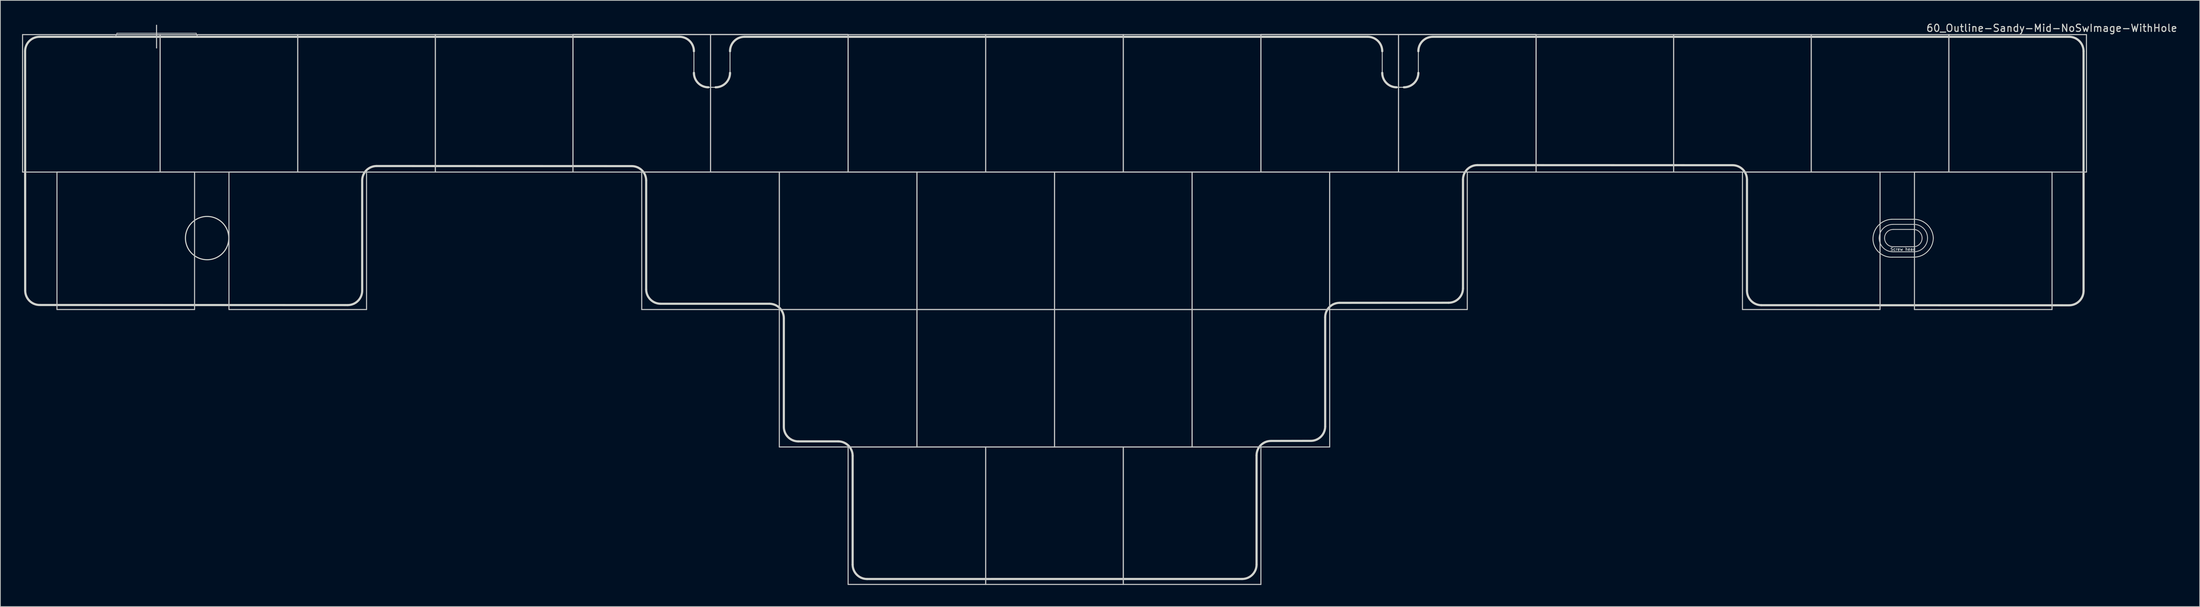
<source format=kicad_pcb>
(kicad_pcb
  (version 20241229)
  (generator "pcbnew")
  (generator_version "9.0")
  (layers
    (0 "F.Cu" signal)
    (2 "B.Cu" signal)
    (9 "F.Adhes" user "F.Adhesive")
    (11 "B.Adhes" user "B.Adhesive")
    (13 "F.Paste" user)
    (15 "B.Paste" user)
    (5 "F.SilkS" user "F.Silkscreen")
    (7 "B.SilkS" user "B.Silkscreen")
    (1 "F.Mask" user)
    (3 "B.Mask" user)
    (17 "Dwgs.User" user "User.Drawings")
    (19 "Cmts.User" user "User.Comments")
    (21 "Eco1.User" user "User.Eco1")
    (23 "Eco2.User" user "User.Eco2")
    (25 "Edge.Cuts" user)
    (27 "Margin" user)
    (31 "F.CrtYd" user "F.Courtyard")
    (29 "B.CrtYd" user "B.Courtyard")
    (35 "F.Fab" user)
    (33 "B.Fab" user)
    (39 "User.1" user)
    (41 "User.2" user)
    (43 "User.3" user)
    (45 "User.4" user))
  (footprint "60_Outline-Sandy-Mid-NoSwImage-WithHole"
    (layer "F.Cu")
    (at 142.925 49.348)
    (property "Reference" "60_Outline-Sandy-Mid-NoSwImage-WithHole" (at 138.1 -48.5 0) (layer "Edge.Cuts") (effects (font (size 1 1) (thickness 0.15))))
    (attr through_hole)
    (fp_line (start -142.85 -47.6) (end -123.8 -47.6) (stroke (width 0.15) (type solid)) (layer "Dwgs.User"))
    (fp_line (start -142.85 -28.55) (end -142.85 -47.6) (stroke (width 0.15) (type solid)) (layer "Dwgs.User"))
    (fp_line (start -138.088 -28.55) (end -119.037 -28.55) (stroke (width 0.15) (type solid)) (layer "Dwgs.User"))
    (fp_line (start -138.088 -9.5) (end -138.088 -28.55) (stroke (width 0.15) (type solid)) (layer "Dwgs.User"))
    (fp_line (start -129.8 -47.8) (end -118.8 -47.8) (stroke (width 0.1) (type solid)) (layer "Dwgs.User"))
    (fp_line (start -124.3 -48.9) (end -124.3 -45.75) (stroke (width 0.15) (type solid)) (layer "Dwgs.User"))
    (fp_line (start -123.8 -47.6) (end -123.8 -28.55) (stroke (width 0.15) (type solid)) (layer "Dwgs.User"))
    (fp_line (start -123.8 -47.6) (end -104.75 -47.6) (stroke (width 0.15) (type solid)) (layer "Dwgs.User"))
    (fp_line (start -123.8 -28.55) (end -142.85 -28.55) (stroke (width 0.15) (type solid)) (layer "Dwgs.User"))
    (fp_line (start -123.8 -28.55) (end -123.8 -47.6) (stroke (width 0.15) (type solid)) (layer "Dwgs.User"))
    (fp_line (start -119.037 -28.55) (end -119.037 -9.5) (stroke (width 0.15) (type solid)) (layer "Dwgs.User"))
    (fp_line (start -119.037 -9.5) (end -138.088 -9.5) (stroke (width 0.15) (type solid)) (layer "Dwgs.User"))
    (fp_line (start -114.275 -28.55) (end -95.225 -28.55) (stroke (width 0.15) (type solid)) (layer "Dwgs.User"))
    (fp_line (start -114.275 -9.5) (end -114.275 -28.55) (stroke (width 0.15) (type solid)) (layer "Dwgs.User"))
    (fp_line (start -104.75 -47.6) (end -104.75 -28.55) (stroke (width 0.15) (type solid)) (layer "Dwgs.User"))
    (fp_line (start -104.75 -47.6) (end -85.7 -47.6) (stroke (width 0.15) (type solid)) (layer "Dwgs.User"))
    (fp_line (start -104.75 -28.55) (end -123.8 -28.55) (stroke (width 0.15) (type solid)) (layer "Dwgs.User"))
    (fp_line (start -104.75 -28.55) (end -104.75 -47.6) (stroke (width 0.15) (type solid)) (layer "Dwgs.User"))
    (fp_line (start -95.225 -28.55) (end -95.225 -9.5) (stroke (width 0.15) (type solid)) (layer "Dwgs.User"))
    (fp_line (start -95.225 -9.5) (end -114.275 -9.5) (stroke (width 0.15) (type solid)) (layer "Dwgs.User"))
    (fp_line (start -85.7 -47.6) (end -85.7 -28.55) (stroke (width 0.15) (type solid)) (layer "Dwgs.User"))
    (fp_line (start -85.7 -47.6) (end -66.65 -47.6) (stroke (width 0.15) (type solid)) (layer "Dwgs.User"))
    (fp_line (start -85.7 -28.55) (end -104.75 -28.55) (stroke (width 0.15) (type solid)) (layer "Dwgs.User"))
    (fp_line (start -85.7 -28.55) (end -85.7 -47.6) (stroke (width 0.15) (type solid)) (layer "Dwgs.User"))
    (fp_line (start -66.675 -47.625) (end -47.625 -47.625) (stroke (width 0.15) (type solid)) (layer "Dwgs.User"))
    (fp_line (start -66.65 -47.6) (end -66.65 -28.55) (stroke (width 0.15) (type solid)) (layer "Dwgs.User"))
    (fp_line (start -66.65 -47.6) (end -47.6 -47.6) (stroke (width 0.15) (type solid)) (layer "Dwgs.User"))
    (fp_line (start -66.65 -28.55) (end -85.7 -28.55) (stroke (width 0.15) (type solid)) (layer "Dwgs.User"))
    (fp_line (start -66.65 -28.55) (end -66.65 -47.6) (stroke (width 0.15) (type solid)) (layer "Dwgs.User"))
    (fp_line (start -57.125 -28.55) (end -38.075 -28.55) (stroke (width 0.15) (type solid)) (layer "Dwgs.User"))
    (fp_line (start -57.125 -9.5) (end -57.125 -28.55) (stroke (width 0.15) (type solid)) (layer "Dwgs.User"))
    (fp_line (start -47.625 -47.625) (end -28.575 -47.625) (stroke (width 0.15) (type solid)) (layer "Dwgs.User"))
    (fp_line (start -47.6 -47.6) (end -47.6 -28.55) (stroke (width 0.15) (type solid)) (layer "Dwgs.User"))
    (fp_line (start -47.6 -47.6) (end -28.55 -47.6) (stroke (width 0.15) (type solid)) (layer "Dwgs.User"))
    (fp_line (start -47.6 -28.55) (end -66.65 -28.55) (stroke (width 0.15) (type solid)) (layer "Dwgs.User"))
    (fp_line (start -47.6 -28.55) (end -47.6 -47.6) (stroke (width 0.15) (type solid)) (layer "Dwgs.User"))
    (fp_line (start -38.075 -28.55) (end -38.075 -9.5) (stroke (width 0.15) (type solid)) (layer "Dwgs.User"))
    (fp_line (start -38.075 -28.55) (end -19.025 -28.55) (stroke (width 0.15) (type solid)) (layer "Dwgs.User"))
    (fp_line (start -38.075 -9.5) (end -57.125 -9.5) (stroke (width 0.15) (type solid)) (layer "Dwgs.User"))
    (fp_line (start -38.075 -9.5) (end -38.075 -28.55) (stroke (width 0.15) (type solid)) (layer "Dwgs.User"))
    (fp_line (start -38.075 -9.5) (end -19.025 -9.5) (stroke (width 0.15) (type solid)) (layer "Dwgs.User"))
    (fp_line (start -38.075 9.55) (end -38.075 -9.5) (stroke (width 0.15) (type solid)) (layer "Dwgs.User"))
    (fp_line (start -28.55 -47.6) (end -28.55 -28.55) (stroke (width 0.15) (type solid)) (layer "Dwgs.User"))
    (fp_line (start -28.55 -47.6) (end -9.5 -47.6) (stroke (width 0.15) (type solid)) (layer "Dwgs.User"))
    (fp_line (start -28.55 -28.55) (end -47.6 -28.55) (stroke (width 0.15) (type solid)) (layer "Dwgs.User"))
    (fp_line (start -28.55 -28.55) (end -28.55 -47.6) (stroke (width 0.15) (type solid)) (layer "Dwgs.User"))
    (fp_line (start -28.55 9.55) (end -9.5 9.55) (stroke (width 0.15) (type solid)) (layer "Dwgs.User"))
    (fp_line (start -28.55 28.6) (end -28.55 9.55) (stroke (width 0.15) (type solid)) (layer "Dwgs.User"))
    (fp_line (start -19.025 -28.55) (end -19.025 -9.5) (stroke (width 0.15) (type solid)) (layer "Dwgs.User"))
    (fp_line (start -19.025 -28.55) (end 0.025 -28.55) (stroke (width 0.15) (type solid)) (layer "Dwgs.User"))
    (fp_line (start -19.025 -9.5) (end -38.075 -9.5) (stroke (width 0.15) (type solid)) (layer "Dwgs.User"))
    (fp_line (start -19.025 -9.5) (end -19.025 -28.55) (stroke (width 0.15) (type solid)) (layer "Dwgs.User"))
    (fp_line (start -19.025 -9.5) (end -19.025 9.55) (stroke (width 0.15) (type solid)) (layer "Dwgs.User"))
    (fp_line (start -19.025 -9.5) (end 0.025 -9.5) (stroke (width 0.15) (type solid)) (layer "Dwgs.User"))
    (fp_line (start -19.025 9.55) (end -38.075 9.55) (stroke (width 0.15) (type solid)) (layer "Dwgs.User"))
    (fp_line (start -19.025 9.55) (end -19.025 -9.5) (stroke (width 0.15) (type solid)) (layer "Dwgs.User"))
    (fp_line (start -9.5 -47.6) (end -9.5 -28.55) (stroke (width 0.15) (type solid)) (layer "Dwgs.User"))
    (fp_line (start -9.5 -47.6) (end 9.55 -47.6) (stroke (width 0.15) (type solid)) (layer "Dwgs.User"))
    (fp_line (start -9.5 -28.55) (end -28.55 -28.55) (stroke (width 0.15) (type solid)) (layer "Dwgs.User"))
    (fp_line (start -9.5 -28.55) (end -9.5 -47.6) (stroke (width 0.15) (type solid)) (layer "Dwgs.User"))
    (fp_line (start -9.5 9.55) (end -9.5 28.6) (stroke (width 0.15) (type solid)) (layer "Dwgs.User"))
    (fp_line (start -9.5 9.55) (end 9.55 9.55) (stroke (width 0.15) (type solid)) (layer "Dwgs.User"))
    (fp_line (start -9.5 28.6) (end -28.55 28.6) (stroke (width 0.15) (type solid)) (layer "Dwgs.User"))
    (fp_line (start -9.5 28.6) (end -9.5 9.55) (stroke (width 0.15) (type solid)) (layer "Dwgs.User"))
    (fp_line (start 0.025 -28.55) (end 0.025 -9.5) (stroke (width 0.15) (type solid)) (layer "Dwgs.User"))
    (fp_line (start 0.025 -28.55) (end 19.075 -28.55) (stroke (width 0.15) (type solid)) (layer "Dwgs.User"))
    (fp_line (start 0.025 -9.5) (end -19.025 -9.5) (stroke (width 0.15) (type solid)) (layer "Dwgs.User"))
    (fp_line (start 0.025 -9.5) (end 0.025 -28.55) (stroke (width 0.15) (type solid)) (layer "Dwgs.User"))
    (fp_line (start 0.025 -9.5) (end 0.025 9.55) (stroke (width 0.15) (type solid)) (layer "Dwgs.User"))
    (fp_line (start 0.025 -9.5) (end 19.075 -9.5) (stroke (width 0.15) (type solid)) (layer "Dwgs.User"))
    (fp_line (start 0.025 9.55) (end -19.025 9.55) (stroke (width 0.15) (type solid)) (layer "Dwgs.User"))
    (fp_line (start 0.025 9.55) (end 0.025 -9.5) (stroke (width 0.15) (type solid)) (layer "Dwgs.User"))
    (fp_line (start 9.55 -47.6) (end 9.55 -28.55) (stroke (width 0.15) (type solid)) (layer "Dwgs.User"))
    (fp_line (start 9.55 -47.6) (end 28.6 -47.6) (stroke (width 0.15) (type solid)) (layer "Dwgs.User"))
    (fp_line (start 9.55 -28.55) (end -9.5 -28.55) (stroke (width 0.15) (type solid)) (layer "Dwgs.User"))
    (fp_line (start 9.55 -28.55) (end 9.55 -47.6) (stroke (width 0.15) (type solid)) (layer "Dwgs.User"))
    (fp_line (start 9.55 9.55) (end 9.55 28.6) (stroke (width 0.15) (type solid)) (layer "Dwgs.User"))
    (fp_line (start 9.55 9.55) (end 28.6 9.55) (stroke (width 0.15) (type solid)) (layer "Dwgs.User"))
    (fp_line (start 9.55 28.6) (end -9.5 28.6) (stroke (width 0.15) (type solid)) (layer "Dwgs.User"))
    (fp_line (start 9.55 28.6) (end 9.55 9.55) (stroke (width 0.15) (type solid)) (layer "Dwgs.User"))
    (fp_line (start 19.075 -28.55) (end 19.075 -9.5) (stroke (width 0.15) (type solid)) (layer "Dwgs.User"))
    (fp_line (start 19.075 -28.55) (end 38.125 -28.55) (stroke (width 0.15) (type solid)) (layer "Dwgs.User"))
    (fp_line (start 19.075 -9.5) (end 0.025 -9.5) (stroke (width 0.15) (type solid)) (layer "Dwgs.User"))
    (fp_line (start 19.075 -9.5) (end 19.075 -28.55) (stroke (width 0.15) (type solid)) (layer "Dwgs.User"))
    (fp_line (start 19.075 -9.5) (end 19.075 9.55) (stroke (width 0.15) (type solid)) (layer "Dwgs.User"))
    (fp_line (start 19.075 -9.5) (end 38.125 -9.5) (stroke (width 0.15) (type solid)) (layer "Dwgs.User"))
    (fp_line (start 19.075 9.55) (end 0.025 9.55) (stroke (width 0.15) (type solid)) (layer "Dwgs.User"))
    (fp_line (start 19.075 9.55) (end 19.075 -9.5) (stroke (width 0.15) (type solid)) (layer "Dwgs.User"))
    (fp_line (start 28.575 -47.625) (end 47.625 -47.625) (stroke (width 0.15) (type solid)) (layer "Dwgs.User"))
    (fp_line (start 28.6 -47.6) (end 28.6 -28.55) (stroke (width 0.15) (type solid)) (layer "Dwgs.User"))
    (fp_line (start 28.6 -47.6) (end 47.65 -47.6) (stroke (width 0.15) (type solid)) (layer "Dwgs.User"))
    (fp_line (start 28.6 -28.55) (end 9.55 -28.55) (stroke (width 0.15) (type solid)) (layer "Dwgs.User"))
    (fp_line (start 28.6 -28.55) (end 28.6 -47.6) (stroke (width 0.15) (type solid)) (layer "Dwgs.User"))
    (fp_line (start 28.6 9.55) (end 28.6 28.6) (stroke (width 0.15) (type solid)) (layer "Dwgs.User"))
    (fp_line (start 28.6 28.6) (end 9.55 28.6) (stroke (width 0.15) (type solid)) (layer "Dwgs.User"))
    (fp_line (start 38.125 -28.55) (end 38.125 -9.5) (stroke (width 0.15) (type solid)) (layer "Dwgs.User"))
    (fp_line (start 38.125 -28.55) (end 57.175 -28.55) (stroke (width 0.15) (type solid)) (layer "Dwgs.User"))
    (fp_line (start 38.125 -9.5) (end 19.075 -9.5) (stroke (width 0.15) (type solid)) (layer "Dwgs.User"))
    (fp_line (start 38.125 -9.5) (end 38.125 -28.55) (stroke (width 0.15) (type solid)) (layer "Dwgs.User"))
    (fp_line (start 38.125 -9.5) (end 38.125 9.55) (stroke (width 0.15) (type solid)) (layer "Dwgs.User"))
    (fp_line (start 38.125 9.55) (end 19.075 9.55) (stroke (width 0.15) (type solid)) (layer "Dwgs.User"))
    (fp_line (start 47.625 -47.625) (end 66.675 -47.625) (stroke (width 0.15) (type solid)) (layer "Dwgs.User"))
    (fp_line (start 47.65 -47.6) (end 47.65 -28.55) (stroke (width 0.15) (type solid)) (layer "Dwgs.User"))
    (fp_line (start 47.65 -47.6) (end 66.7 -47.6) (stroke (width 0.15) (type solid)) (layer "Dwgs.User"))
    (fp_line (start 47.65 -28.55) (end 28.6 -28.55) (stroke (width 0.15) (type solid)) (layer "Dwgs.User"))
    (fp_line (start 47.65 -28.55) (end 47.65 -47.6) (stroke (width 0.15) (type solid)) (layer "Dwgs.User"))
    (fp_line (start 57.175 -28.55) (end 57.175 -9.5) (stroke (width 0.15) (type solid)) (layer "Dwgs.User"))
    (fp_line (start 57.175 -9.5) (end 38.125 -9.5) (stroke (width 0.15) (type solid)) (layer "Dwgs.User"))
    (fp_line (start 66.7 -47.6) (end 66.7 -28.55) (stroke (width 0.15) (type solid)) (layer "Dwgs.User"))
    (fp_line (start 66.7 -47.6) (end 85.75 -47.6) (stroke (width 0.15) (type solid)) (layer "Dwgs.User"))
    (fp_line (start 66.7 -28.55) (end 47.65 -28.55) (stroke (width 0.15) (type solid)) (layer "Dwgs.User"))
    (fp_line (start 66.7 -28.55) (end 66.7 -47.6) (stroke (width 0.15) (type solid)) (layer "Dwgs.User"))
    (fp_line (start 85.75 -47.6) (end 85.75 -28.55) (stroke (width 0.15) (type solid)) (layer "Dwgs.User"))
    (fp_line (start 85.75 -47.6) (end 104.8 -47.6) (stroke (width 0.15) (type solid)) (layer "Dwgs.User"))
    (fp_line (start 85.75 -28.55) (end 66.7 -28.55) (stroke (width 0.15) (type solid)) (layer "Dwgs.User"))
    (fp_line (start 85.75 -28.55) (end 85.75 -47.6) (stroke (width 0.15) (type solid)) (layer "Dwgs.User"))
    (fp_line (start 95.275 -28.55) (end 114.325 -28.55) (stroke (width 0.15) (type solid)) (layer "Dwgs.User"))
    (fp_line (start 95.275 -9.5) (end 95.275 -28.55) (stroke (width 0.15) (type solid)) (layer "Dwgs.User"))
    (fp_line (start 104.8 -47.6) (end 104.8 -28.55) (stroke (width 0.15) (type solid)) (layer "Dwgs.User"))
    (fp_line (start 104.8 -47.6) (end 123.85 -47.6) (stroke (width 0.15) (type solid)) (layer "Dwgs.User"))
    (fp_line (start 104.8 -28.55) (end 85.75 -28.55) (stroke (width 0.15) (type solid)) (layer "Dwgs.User"))
    (fp_line (start 104.8 -28.55) (end 104.8 -47.6) (stroke (width 0.15) (type solid)) (layer "Dwgs.User"))
    (fp_line (start 114.325 -28.55) (end 114.325 -9.5) (stroke (width 0.15) (type solid)) (layer "Dwgs.User"))
    (fp_line (start 114.325 -9.5) (end 95.275 -9.5) (stroke (width 0.15) (type solid)) (layer "Dwgs.User"))
    (fp_line (start 116.1 -21.3) (end 119 -21.3) (stroke (width 0.12) (type solid)) (layer "Dwgs.User"))
    (fp_line (start 116.1 -17.5) (end 119 -17.5) (stroke (width 0.12) (type solid)) (layer "Dwgs.User"))
    (fp_line (start 116.148 -20.599) (end 118.948 -20.599) (stroke (width 0.12) (type solid)) (layer "Dwgs.User"))
    (fp_line (start 118.948 -18.199) (end 116.148 -18.199) (stroke (width 0.12) (type solid)) (layer "Dwgs.User"))
    (fp_line (start 119.088 -28.55) (end 138.137 -28.55) (stroke (width 0.15) (type solid)) (layer "Dwgs.User"))
    (fp_line (start 119.088 -9.5) (end 119.088 -28.55) (stroke (width 0.15) (type solid)) (layer "Dwgs.User"))
    (fp_line (start 123.85 -47.6) (end 123.85 -28.55) (stroke (width 0.15) (type solid)) (layer "Dwgs.User"))
    (fp_line (start 123.85 -47.6) (end 142.9 -47.6) (stroke (width 0.15) (type solid)) (layer "Dwgs.User"))
    (fp_line (start 123.85 -28.55) (end 104.8 -28.55) (stroke (width 0.15) (type solid)) (layer "Dwgs.User"))
    (fp_line (start 123.85 -28.55) (end 123.85 -47.6) (stroke (width 0.15) (type solid)) (layer "Dwgs.User"))
    (fp_line (start 138.137 -28.55) (end 138.137 -9.5) (stroke (width 0.15) (type solid)) (layer "Dwgs.User"))
    (fp_line (start 138.137 -9.5) (end 119.088 -9.5) (stroke (width 0.15) (type solid)) (layer "Dwgs.User"))
    (fp_line (start 142.9 -47.6) (end 142.9 -28.55) (stroke (width 0.15) (type solid)) (layer "Dwgs.User"))
    (fp_line (start 142.9 -28.55) (end 123.85 -28.55) (stroke (width 0.15) (type solid)) (layer "Dwgs.User"))
    (fp_arc (start -129.8 -47.8) (mid -129.946447 -47.446447) (end -130.3 -47.3) (stroke (width 0.1) (type solid)) (layer "Dwgs.User"))
    (fp_arc (start -118.3 -47.3) (mid -118.653553 -47.446447) (end -118.8 -47.8) (stroke (width 0.1) (type solid)) (layer "Dwgs.User"))
    (fp_arc (start 114.2 -19.4) (mid 114.756497 -20.743503) (end 116.1 -21.3) (stroke (width 0.12) (type solid)) (layer "Dwgs.User"))
    (fp_arc (start 114.948491 -19.398514) (mid 115.299978 -20.247027) (end 116.148491 -20.598514) (stroke (width 0.12) (type solid)) (layer "Dwgs.User"))
    (fp_arc (start 116.1 -17.5) (mid 114.756497 -18.056497) (end 114.2 -19.4) (stroke (width 0.12) (type solid)) (layer "Dwgs.User"))
    (fp_arc (start 116.148491 -18.198514) (mid 115.29999 -18.550012) (end 114.948491 -19.398514) (stroke (width 0.12) (type solid)) (layer "Dwgs.User"))
    (fp_arc (start 118.948491 -20.598514) (mid 119.797046 -20.247068) (end 120.148491 -19.398514) (stroke (width 0.12) (type solid)) (layer "Dwgs.User"))
    (fp_arc (start 119 -21.3) (mid 120.343503 -20.743503) (end 120.9 -19.4) (stroke (width 0.12) (type solid)) (layer "Dwgs.User"))
    (fp_arc (start 120.148491 -19.398514) (mid 119.797035 -18.549968) (end 118.948491 -18.198514) (stroke (width 0.12) (type solid)) (layer "Dwgs.User"))
    (fp_arc (start 120.9 -19.4) (mid 120.343503 -18.056497) (end 119 -17.5) (stroke (width 0.12) (type solid)) (layer "Dwgs.User"))
    (fp_circle (center -117.3 -19.4) (end -116 -19.4) (stroke (width 0.15) (type solid)) (fill no) (layer "Eco1.User"))
    (fp_circle (center -117.3 -19.4) (end -114.9 -19.4) (stroke (width 0.15) (type solid)) (fill no) (layer "Eco1.User"))
    (fp_circle (center -47.6 -43.05) (end -45.4 -43.05) (stroke (width 0.15) (type solid)) (fill no) (layer "Eco1.User"))
    (fp_circle (center 47.65 -43.05) (end 49.85 -43.05) (stroke (width 0.15) (type solid)) (fill no) (layer "Eco1.User"))
    (fp_line (start -142.486 -12.128) (end -142.5 -45.3) (stroke (width 0.3) (type solid)) (layer "Edge.Cuts"))
    (fp_line (start -140.486 -10.128) (end -97.83 -10.114) (stroke (width 0.3) (type solid)) (layer "Edge.Cuts"))
    (fp_line (start -95.83 -12.114) (end -95.83 -27.386) (stroke (width 0.3) (type solid)) (layer "Edge.Cuts"))
    (fp_line (start -93.83 -29.386) (end -58.51 -29.375) (stroke (width 0.3) (type solid)) (layer "Edge.Cuts"))
    (fp_line (start -56.51 -12.3) (end -56.51 -27.375) (stroke (width 0.3) (type solid)) (layer "Edge.Cuts"))
    (fp_line (start -54.51 -10.3) (end -39.45 -10.3) (stroke (width 0.3) (type solid)) (layer "Edge.Cuts"))
    (fp_line (start -51.9 -47.3) (end -140.5 -47.3) (stroke (width 0.3) (type solid)) (layer "Edge.Cuts"))
    (fp_line (start -49.9 -42.3) (end -49.9 -45.3) (stroke (width 0.12) (type solid)) (layer "Edge.Cuts"))
    (fp_line (start -47.9 -40.3) (end -46.9 -40.3) (stroke (width 0.12) (type solid)) (layer "Edge.Cuts"))
    (fp_line (start -44.9 -45.3) (end -44.9 -42.3) (stroke (width 0.12) (type solid)) (layer "Edge.Cuts"))
    (fp_line (start -37.45 6.775) (end -37.45 -8.3) (stroke (width 0.3) (type solid)) (layer "Edge.Cuts"))
    (fp_line (start -35.45 8.775) (end -29.925 8.775) (stroke (width 0.3) (type solid)) (layer "Edge.Cuts"))
    (fp_line (start -27.925 25.85) (end -27.925 10.775) (stroke (width 0.3) (type solid)) (layer "Edge.Cuts"))
    (fp_line (start -25.925 27.85) (end 26 27.846) (stroke (width 0.3) (type solid)) (layer "Edge.Cuts"))
    (fp_line (start 28 25.846) (end 28 10.714) (stroke (width 0.3) (type solid)) (layer "Edge.Cuts"))
    (fp_line (start 30 8.714) (end 35.5 8.704) (stroke (width 0.3) (type solid)) (layer "Edge.Cuts"))
    (fp_line (start 37.5 6.704) (end 37.5 -8.427) (stroke (width 0.3) (type solid)) (layer "Edge.Cuts"))
    (fp_line (start 39.5 -10.427) (end 54.58 -10.437) (stroke (width 0.3) (type solid)) (layer "Edge.Cuts"))
    (fp_line (start 43.4 -47.3) (end -42.9 -47.3) (stroke (width 0.3) (type solid)) (layer "Edge.Cuts"))
    (fp_line (start 45.4 -42.3) (end 45.4 -45.3) (stroke (width 0.12) (type solid)) (layer "Edge.Cuts"))
    (fp_line (start 47.4 -40.3) (end 48.4 -40.3) (stroke (width 0.12) (type solid)) (layer "Edge.Cuts"))
    (fp_line (start 50.4 -45.3) (end 50.4 -42.3) (stroke (width 0.12) (type solid)) (layer "Edge.Cuts"))
    (fp_line (start 56.58 -12.437) (end 56.58 -27.512) (stroke (width 0.3) (type solid)) (layer "Edge.Cuts"))
    (fp_line (start 58.58 -29.512) (end 93.9 -29.502) (stroke (width 0.3) (type solid)) (layer "Edge.Cuts"))
    (fp_line (start 95.9 -12.1) (end 95.9 -27.502) (stroke (width 0.3) (type solid)) (layer "Edge.Cuts"))
    (fp_line (start 97.9 -10.1) (end 140.5 -10.086) (stroke (width 0.3) (type solid)) (layer "Edge.Cuts"))
    (fp_line (start 115.947 -22.009) (end 118.847 -22.009) (stroke (width 0.12) (type solid)) (layer "Edge.Cuts"))
    (fp_line (start 116.047 -16.759) (end 118.947 -16.759) (stroke (width 0.12) (type solid)) (layer "Edge.Cuts"))
    (fp_line (start 140.5 -47.3) (end 52.4 -47.3) (stroke (width 0.3) (type solid)) (layer "Edge.Cuts"))
    (fp_line (start 142.5 -12.086) (end 142.5 -45.3) (stroke (width 0.3) (type solid)) (layer "Edge.Cuts"))
    (fp_arc (start -142.5 -45.3) (mid -141.914214 -46.714214) (end -140.5 -47.3) (stroke (width 0.3) (type solid)) (layer "Edge.Cuts"))
    (fp_arc (start -140.485786 -10.128428) (mid -141.9 -10.714214) (end -142.485786 -12.128428) (stroke (width 0.3) (type solid)) (layer "Edge.Cuts"))
    (fp_arc (start -95.83 -27.385786) (mid -95.244214 -28.8) (end -93.83 -29.385786) (stroke (width 0.3) (type solid)) (layer "Edge.Cuts"))
    (fp_arc (start -95.83 -12.114214) (mid -96.415786 -10.7) (end -97.83 -10.114214) (stroke (width 0.3) (type solid)) (layer "Edge.Cuts"))
    (fp_arc (start -58.51 -29.375) (mid -57.095786 -28.789214) (end -56.51 -27.375) (stroke (width 0.3) (type solid)) (layer "Edge.Cuts"))
    (fp_arc (start -54.51 -10.3) (mid -55.924214 -10.885786) (end -56.51 -12.3) (stroke (width 0.3) (type solid)) (layer "Edge.Cuts"))
    (fp_arc (start -51.900001 -47.300001) (mid -50.485787 -46.714215) (end -49.900001 -45.300001) (stroke (width 0.3) (type solid)) (layer "Edge.Cuts"))
    (fp_arc (start -47.900001 -40.300001) (mid -49.314215 -40.885787) (end -49.900001 -42.300001) (stroke (width 0.3) (type solid)) (layer "Edge.Cuts"))
    (fp_arc (start -44.9 -45.3) (mid -44.314214 -46.714214) (end -42.9 -47.3) (stroke (width 0.3) (type solid)) (layer "Edge.Cuts"))
    (fp_arc (start -44.9 -42.300001) (mid -45.485786 -40.885787) (end -46.9 -40.300001) (stroke (width 0.3) (type solid)) (layer "Edge.Cuts"))
    (fp_arc (start -39.45 -10.3) (mid -38.035786 -9.714214) (end -37.45 -8.3) (stroke (width 0.3) (type solid)) (layer "Edge.Cuts"))
    (fp_arc (start -35.45 8.775) (mid -36.864214 8.189214) (end -37.45 6.775) (stroke (width 0.3) (type solid)) (layer "Edge.Cuts"))
    (fp_arc (start -29.925 8.775) (mid -28.510786 9.360786) (end -27.925 10.775) (stroke (width 0.3) (type solid)) (layer "Edge.Cuts"))
    (fp_arc (start -25.925 27.85) (mid -27.339214 27.264214) (end -27.925 25.85) (stroke (width 0.3) (type solid)) (layer "Edge.Cuts"))
    (fp_arc (start 28 10.714214) (mid 28.585786 9.3) (end 30 8.714214) (stroke (width 0.3) (type solid)) (layer "Edge.Cuts"))
    (fp_arc (start 28 25.845786) (mid 27.414214 27.26) (end 26 27.845786) (stroke (width 0.3) (type solid)) (layer "Edge.Cuts"))
    (fp_arc (start 37.5 -8.427358) (mid 38.085786 -9.841572) (end 39.5 -10.427358) (stroke (width 0.3) (type solid)) (layer "Edge.Cuts"))
    (fp_arc (start 37.5 6.704214) (mid 36.914214 8.118428) (end 35.5 8.704214) (stroke (width 0.3) (type solid)) (layer "Edge.Cuts"))
    (fp_arc (start 43.4 -47.3) (mid 44.814214 -46.714214) (end 45.4 -45.3) (stroke (width 0.3) (type solid)) (layer "Edge.Cuts"))
    (fp_arc (start 47.4 -40.3) (mid 45.985786 -40.885786) (end 45.4 -42.3) (stroke (width 0.3) (type solid)) (layer "Edge.Cuts"))
    (fp_arc (start 50.400001 -45.299999) (mid 50.985787 -46.714213) (end 52.400001 -47.299999) (stroke (width 0.3) (type solid)) (layer "Edge.Cuts"))
    (fp_arc (start 50.400001 -42.3) (mid 49.814215 -40.885786) (end 48.400001 -40.3) (stroke (width 0.3) (type solid)) (layer "Edge.Cuts"))
    (fp_arc (start 56.58 -27.512358) (mid 57.165786 -28.926572) (end 58.58 -29.512358) (stroke (width 0.3) (type solid)) (layer "Edge.Cuts"))
    (fp_arc (start 56.58 -12.437358) (mid 55.994216 -11.023141) (end 54.58 -10.437358) (stroke (width 0.3) (type solid)) (layer "Edge.Cuts"))
    (fp_arc (start 93.9 -29.501572) (mid 95.314214 -28.915786) (end 95.9 -27.501572) (stroke (width 0.3) (type solid)) (layer "Edge.Cuts"))
    (fp_arc (start 97.9 -10.1) (mid 96.485781 -10.685786) (end 95.9 -12.1) (stroke (width 0.3) (type solid)) (layer "Edge.Cuts"))
    (fp_arc (start 113.347056 -19.159188) (mid 114.056802 -21.122666) (end 115.947056 -22.009188) (stroke (width 0.12) (type solid)) (layer "Edge.Cuts"))
    (fp_arc (start 116.047056 -16.759188) (mid 114.2 -17.4) (end 113.347056 -19.159188) (stroke (width 0.12) (type solid)) (layer "Edge.Cuts"))
    (fp_arc (start 118.847056 -22.009188) (mid 120.810536 -21.299444) (end 121.697056 -19.409188) (stroke (width 0.12) (type solid)) (layer "Edge.Cuts"))
    (fp_arc (start 121.697056 -19.409188) (mid 120.870888 -17.514647) (end 118.947056 -16.759188) (stroke (width 0.12) (type solid)) (layer "Edge.Cuts"))
    (fp_arc (start 140.5 -47.3) (mid 141.914214 -46.714214) (end 142.5 -45.3) (stroke (width 0.3) (type solid)) (layer "Edge.Cuts"))
    (fp_arc (start 142.5 -12.085786) (mid 141.914204 -10.671591) (end 140.5 -10.085786) (stroke (width 0.3) (type solid)) (layer "Edge.Cuts"))
    (fp_circle (center -117.3 -19.4) (end -114.3 -19.4) (stroke (width 0.15) (type solid)) (fill no) (layer "Edge.Cuts"))
    (fp_text user "Screw head" (at 117.5 -17.85 0) (layer "Dwgs.User") (effects (font (size 0.4 0.4) (thickness 0.08)))))
  (gr_rect
    (start -3 -3)
    (end 301.507 81.023)
    (stroke (width 0.1) (type default))
    (fill no)
    (layer "Edge.Cuts")))
</source>
